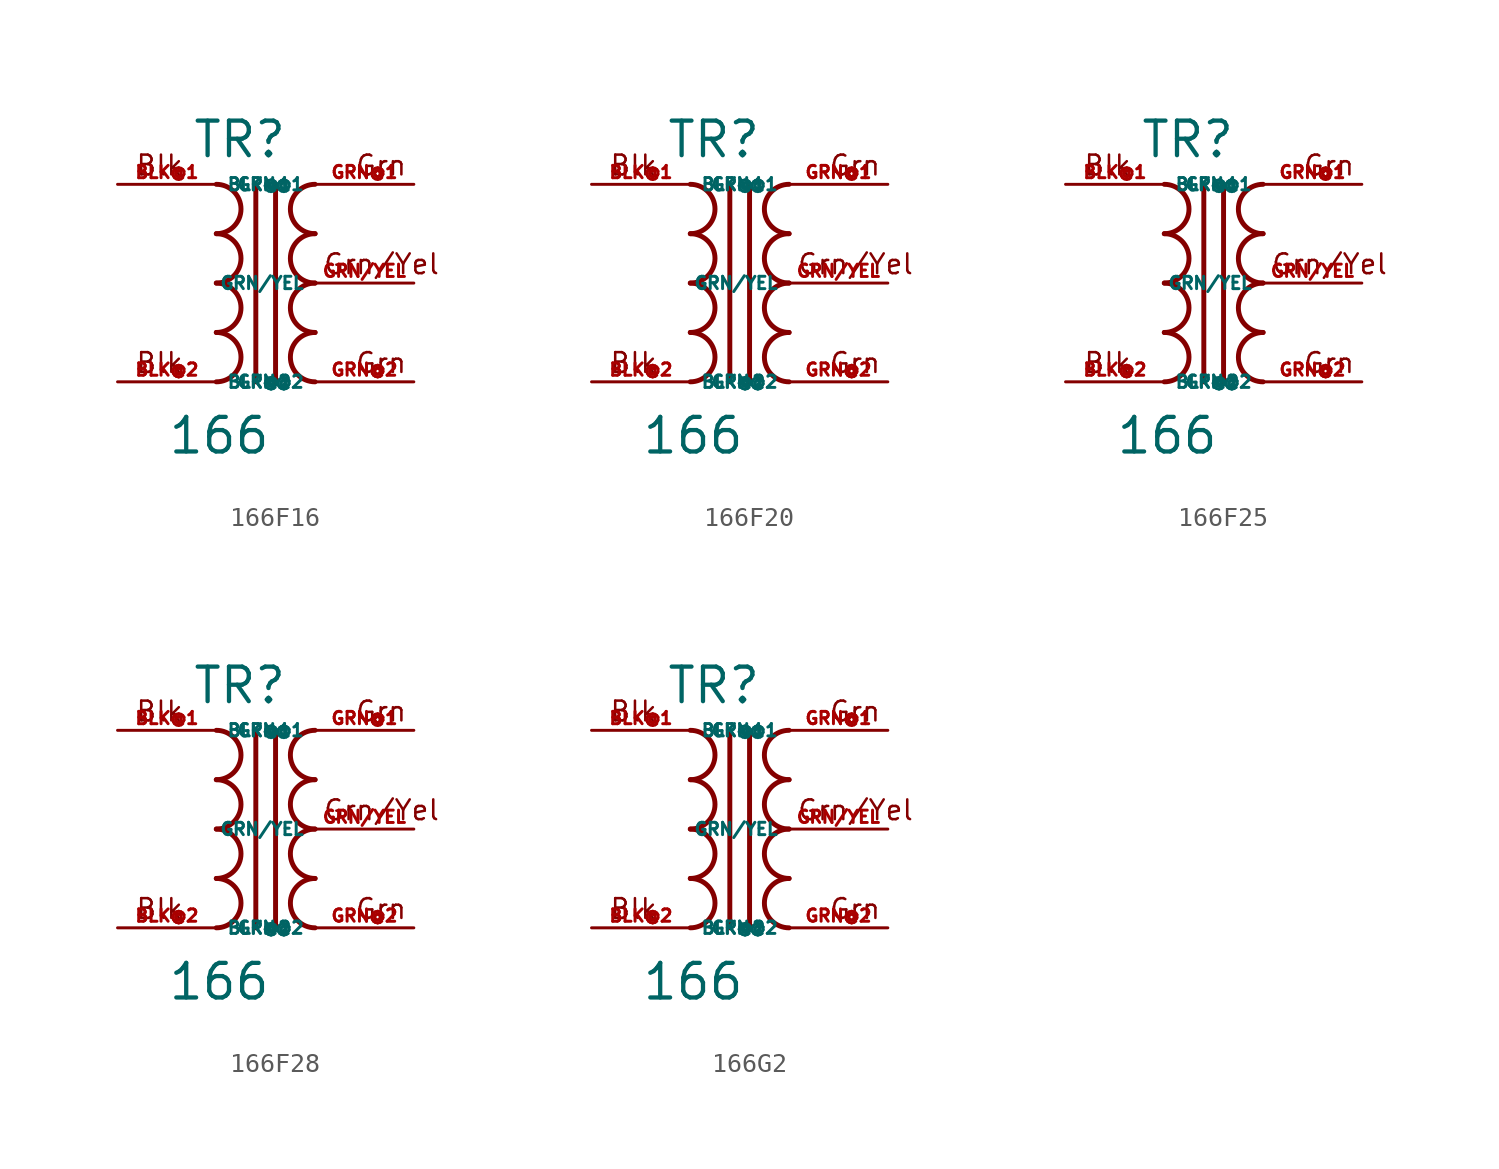
<source format=kicad_sym>
(kicad_symbol_lib
  (version 20220914)
  (generator Eagle2Kicad)
  (symbol "166F16"
    (property "Reference" "TR"
      (at -3.81 6.35 0)
      (effects (font (size 1.778 1.778) (thickness 0.22)) (justify left bottom)))
    (property "Value" "166"
      (at -5.08 -8.89 0)
      (effects (font (size 1.778 1.778) (thickness 0.22)) (justify left bottom)))
    (polyline
      (pts (xy -0.508 5.08) (xy -0.508 -5.08))
      (stroke (width 0.254) (type default))
      (fill (type none)))
    (arc
      (start -2.54 0)
      (mid -1.270 1.270)
      (end -2.54 2.54)
      (stroke (width 0.254) (type default))
      (fill (type none)))
    (arc
      (start -2.54 -2.54)
      (mid -1.270 -1.270)
      (end -2.54 0)
      (stroke (width 0.254) (type default))
      (fill (type none)))
    (arc
      (start -2.54 -5.08)
      (mid -1.270 -3.810)
      (end -2.54 -2.54)
      (stroke (width 0.254) (type default))
      (fill (type none)))
    (arc
      (start -2.54 2.54)
      (mid -1.270 3.810)
      (end -2.54 5.08)
      (stroke (width 0.254) (type default))
      (fill (type none)))
    (arc
      (start 2.54 2.54)
      (mid 1.270 1.270)
      (end 2.54 0)
      (stroke (width 0.254) (type default))
      (fill (type none)))
    (arc
      (start 2.54 5.08)
      (mid 1.270 3.810)
      (end 2.54 2.54)
      (stroke (width 0.254) (type default))
      (fill (type none)))
    (arc
      (start 2.54 0)
      (mid 1.270 -1.270)
      (end 2.54 -2.54)
      (stroke (width 0.254) (type default))
      (fill (type none)))
    (arc
      (start 2.54 -2.54)
      (mid 1.270 -3.810)
      (end 2.54 -5.08)
      (stroke (width 0.254) (type default))
      (fill (type none)))
    (polyline
      (pts (xy 0.508 5.08) (xy 0.508 -5.08))
      (stroke (width 0.254) (type default))
      (fill (type none)))
    (text "Blk"
      (at -6.731 5.461 0)
      (effects (font (size 1.016 1.016) (thickness 0.13)) (justify left bottom)))
    (text "Blk"
      (at -6.731 -4.699 0)
      (effects (font (size 1.016 1.016) (thickness 0.13)) (justify left bottom)))
    (text "Grn"
      (at 4.572 5.461 0)
      (effects (font (size 1.016 1.016) (thickness 0.13)) (justify left bottom)))
    (text "Grn"
      (at 4.572 -4.699 0)
      (effects (font (size 1.016 1.016) (thickness 0.13)) (justify left bottom)))
    (text "Grn/Yel"
      (at 2.921 0.381 0)
      (effects (font (size 1.016 1.016) (thickness 0.13)) (justify left bottom)))
    (pin passive line
      (at -7.62 5.08 0)
      (length 5.08)
      (name "BLK@1" (effects (font (size 0.635 0.635) (thickness 0.08)) (justify left bottom)))
      (number "BLK@1" (effects (font (size 0.635 0.635) (thickness 0.08)) (justify left bottom))))
    (pin passive line
      (at -7.62 -5.08 0)
      (length 5.08)
      (name "BLK@2" (effects (font (size 0.635 0.635) (thickness 0.08)) (justify left bottom)))
      (number "BLK@2" (effects (font (size 0.635 0.635) (thickness 0.08)) (justify left bottom))))
    (pin passive line
      (at 7.62 5.08 180)
      (length 5.08)
      (name "GRN@1" (effects (font (size 0.635 0.635) (thickness 0.08)) (justify left bottom)))
      (number "GRN@1" (effects (font (size 0.635 0.635) (thickness 0.08)) (justify left bottom))))
    (pin passive line
      (at 7.62 0 180)
      (length 5.08)
      (name "GRN/YEL" (effects (font (size 0.635 0.635) (thickness 0.08)) (justify left bottom)))
      (number "GRN/YEL" (effects (font (size 0.635 0.635) (thickness 0.08)) (justify left bottom))))
    (pin passive line
      (at 7.62 -5.08 180)
      (length 5.08)
      (name "GRN@2" (effects (font (size 0.635 0.635) (thickness 0.08)) (justify left bottom)))
      (number "GRN@2" (effects (font (size 0.635 0.635) (thickness 0.08)) (justify left bottom)))))
  (symbol "166F20"
    (property "Reference" "TR"
      (at -3.81 6.35 0)
      (effects (font (size 1.778 1.778) (thickness 0.22)) (justify left bottom)))
    (property "Value" "166"
      (at -5.08 -8.89 0)
      (effects (font (size 1.778 1.778) (thickness 0.22)) (justify left bottom)))
    (polyline
      (pts (xy -0.508 5.08) (xy -0.508 -5.08))
      (stroke (width 0.254) (type default))
      (fill (type none)))
    (arc
      (start -2.54 0)
      (mid -1.270 1.270)
      (end -2.54 2.54)
      (stroke (width 0.254) (type default))
      (fill (type none)))
    (arc
      (start -2.54 -2.54)
      (mid -1.270 -1.270)
      (end -2.54 0)
      (stroke (width 0.254) (type default))
      (fill (type none)))
    (arc
      (start -2.54 -5.08)
      (mid -1.270 -3.810)
      (end -2.54 -2.54)
      (stroke (width 0.254) (type default))
      (fill (type none)))
    (arc
      (start -2.54 2.54)
      (mid -1.270 3.810)
      (end -2.54 5.08)
      (stroke (width 0.254) (type default))
      (fill (type none)))
    (arc
      (start 2.54 2.54)
      (mid 1.270 1.270)
      (end 2.54 0)
      (stroke (width 0.254) (type default))
      (fill (type none)))
    (arc
      (start 2.54 5.08)
      (mid 1.270 3.810)
      (end 2.54 2.54)
      (stroke (width 0.254) (type default))
      (fill (type none)))
    (arc
      (start 2.54 0)
      (mid 1.270 -1.270)
      (end 2.54 -2.54)
      (stroke (width 0.254) (type default))
      (fill (type none)))
    (arc
      (start 2.54 -2.54)
      (mid 1.270 -3.810)
      (end 2.54 -5.08)
      (stroke (width 0.254) (type default))
      (fill (type none)))
    (polyline
      (pts (xy 0.508 5.08) (xy 0.508 -5.08))
      (stroke (width 0.254) (type default))
      (fill (type none)))
    (text "Blk"
      (at -6.731 5.461 0)
      (effects (font (size 1.016 1.016) (thickness 0.13)) (justify left bottom)))
    (text "Blk"
      (at -6.731 -4.699 0)
      (effects (font (size 1.016 1.016) (thickness 0.13)) (justify left bottom)))
    (text "Grn"
      (at 4.572 5.461 0)
      (effects (font (size 1.016 1.016) (thickness 0.13)) (justify left bottom)))
    (text "Grn"
      (at 4.572 -4.699 0)
      (effects (font (size 1.016 1.016) (thickness 0.13)) (justify left bottom)))
    (text "Grn/Yel"
      (at 2.921 0.381 0)
      (effects (font (size 1.016 1.016) (thickness 0.13)) (justify left bottom)))
    (pin passive line
      (at -7.62 5.08 0)
      (length 5.08)
      (name "BLK@1" (effects (font (size 0.635 0.635) (thickness 0.08)) (justify left bottom)))
      (number "BLK@1" (effects (font (size 0.635 0.635) (thickness 0.08)) (justify left bottom))))
    (pin passive line
      (at -7.62 -5.08 0)
      (length 5.08)
      (name "BLK@2" (effects (font (size 0.635 0.635) (thickness 0.08)) (justify left bottom)))
      (number "BLK@2" (effects (font (size 0.635 0.635) (thickness 0.08)) (justify left bottom))))
    (pin passive line
      (at 7.62 5.08 180)
      (length 5.08)
      (name "GRN@1" (effects (font (size 0.635 0.635) (thickness 0.08)) (justify left bottom)))
      (number "GRN@1" (effects (font (size 0.635 0.635) (thickness 0.08)) (justify left bottom))))
    (pin passive line
      (at 7.62 0 180)
      (length 5.08)
      (name "GRN/YEL" (effects (font (size 0.635 0.635) (thickness 0.08)) (justify left bottom)))
      (number "GRN/YEL" (effects (font (size 0.635 0.635) (thickness 0.08)) (justify left bottom))))
    (pin passive line
      (at 7.62 -5.08 180)
      (length 5.08)
      (name "GRN@2" (effects (font (size 0.635 0.635) (thickness 0.08)) (justify left bottom)))
      (number "GRN@2" (effects (font (size 0.635 0.635) (thickness 0.08)) (justify left bottom)))))
  (symbol "166F25"
    (property "Reference" "TR"
      (at -3.81 6.35 0)
      (effects (font (size 1.778 1.778) (thickness 0.22)) (justify left bottom)))
    (property "Value" "166"
      (at -5.08 -8.89 0)
      (effects (font (size 1.778 1.778) (thickness 0.22)) (justify left bottom)))
    (polyline
      (pts (xy -0.508 5.08) (xy -0.508 -5.08))
      (stroke (width 0.254) (type default))
      (fill (type none)))
    (arc
      (start -2.54 0)
      (mid -1.270 1.270)
      (end -2.54 2.54)
      (stroke (width 0.254) (type default))
      (fill (type none)))
    (arc
      (start -2.54 -2.54)
      (mid -1.270 -1.270)
      (end -2.54 0)
      (stroke (width 0.254) (type default))
      (fill (type none)))
    (arc
      (start -2.54 -5.08)
      (mid -1.270 -3.810)
      (end -2.54 -2.54)
      (stroke (width 0.254) (type default))
      (fill (type none)))
    (arc
      (start -2.54 2.54)
      (mid -1.270 3.810)
      (end -2.54 5.08)
      (stroke (width 0.254) (type default))
      (fill (type none)))
    (arc
      (start 2.54 2.54)
      (mid 1.270 1.270)
      (end 2.54 0)
      (stroke (width 0.254) (type default))
      (fill (type none)))
    (arc
      (start 2.54 5.08)
      (mid 1.270 3.810)
      (end 2.54 2.54)
      (stroke (width 0.254) (type default))
      (fill (type none)))
    (arc
      (start 2.54 0)
      (mid 1.270 -1.270)
      (end 2.54 -2.54)
      (stroke (width 0.254) (type default))
      (fill (type none)))
    (arc
      (start 2.54 -2.54)
      (mid 1.270 -3.810)
      (end 2.54 -5.08)
      (stroke (width 0.254) (type default))
      (fill (type none)))
    (polyline
      (pts (xy 0.508 5.08) (xy 0.508 -5.08))
      (stroke (width 0.254) (type default))
      (fill (type none)))
    (text "Blk"
      (at -6.731 5.461 0)
      (effects (font (size 1.016 1.016) (thickness 0.13)) (justify left bottom)))
    (text "Blk"
      (at -6.731 -4.699 0)
      (effects (font (size 1.016 1.016) (thickness 0.13)) (justify left bottom)))
    (text "Grn"
      (at 4.572 5.461 0)
      (effects (font (size 1.016 1.016) (thickness 0.13)) (justify left bottom)))
    (text "Grn"
      (at 4.572 -4.699 0)
      (effects (font (size 1.016 1.016) (thickness 0.13)) (justify left bottom)))
    (text "Grn/Yel"
      (at 2.921 0.381 0)
      (effects (font (size 1.016 1.016) (thickness 0.13)) (justify left bottom)))
    (pin passive line
      (at -7.62 5.08 0)
      (length 5.08)
      (name "BLK@1" (effects (font (size 0.635 0.635) (thickness 0.08)) (justify left bottom)))
      (number "BLK@1" (effects (font (size 0.635 0.635) (thickness 0.08)) (justify left bottom))))
    (pin passive line
      (at -7.62 -5.08 0)
      (length 5.08)
      (name "BLK@2" (effects (font (size 0.635 0.635) (thickness 0.08)) (justify left bottom)))
      (number "BLK@2" (effects (font (size 0.635 0.635) (thickness 0.08)) (justify left bottom))))
    (pin passive line
      (at 7.62 5.08 180)
      (length 5.08)
      (name "GRN@1" (effects (font (size 0.635 0.635) (thickness 0.08)) (justify left bottom)))
      (number "GRN@1" (effects (font (size 0.635 0.635) (thickness 0.08)) (justify left bottom))))
    (pin passive line
      (at 7.62 0 180)
      (length 5.08)
      (name "GRN/YEL" (effects (font (size 0.635 0.635) (thickness 0.08)) (justify left bottom)))
      (number "GRN/YEL" (effects (font (size 0.635 0.635) (thickness 0.08)) (justify left bottom))))
    (pin passive line
      (at 7.62 -5.08 180)
      (length 5.08)
      (name "GRN@2" (effects (font (size 0.635 0.635) (thickness 0.08)) (justify left bottom)))
      (number "GRN@2" (effects (font (size 0.635 0.635) (thickness 0.08)) (justify left bottom)))))
  (symbol "166F28"
    (property "Reference" "TR"
      (at -3.81 6.35 0)
      (effects (font (size 1.778 1.778) (thickness 0.22)) (justify left bottom)))
    (property "Value" "166"
      (at -5.08 -8.89 0)
      (effects (font (size 1.778 1.778) (thickness 0.22)) (justify left bottom)))
    (polyline
      (pts (xy -0.508 5.08) (xy -0.508 -5.08))
      (stroke (width 0.254) (type default))
      (fill (type none)))
    (arc
      (start -2.54 0)
      (mid -1.270 1.270)
      (end -2.54 2.54)
      (stroke (width 0.254) (type default))
      (fill (type none)))
    (arc
      (start -2.54 -2.54)
      (mid -1.270 -1.270)
      (end -2.54 0)
      (stroke (width 0.254) (type default))
      (fill (type none)))
    (arc
      (start -2.54 -5.08)
      (mid -1.270 -3.810)
      (end -2.54 -2.54)
      (stroke (width 0.254) (type default))
      (fill (type none)))
    (arc
      (start -2.54 2.54)
      (mid -1.270 3.810)
      (end -2.54 5.08)
      (stroke (width 0.254) (type default))
      (fill (type none)))
    (arc
      (start 2.54 2.54)
      (mid 1.270 1.270)
      (end 2.54 0)
      (stroke (width 0.254) (type default))
      (fill (type none)))
    (arc
      (start 2.54 5.08)
      (mid 1.270 3.810)
      (end 2.54 2.54)
      (stroke (width 0.254) (type default))
      (fill (type none)))
    (arc
      (start 2.54 0)
      (mid 1.270 -1.270)
      (end 2.54 -2.54)
      (stroke (width 0.254) (type default))
      (fill (type none)))
    (arc
      (start 2.54 -2.54)
      (mid 1.270 -3.810)
      (end 2.54 -5.08)
      (stroke (width 0.254) (type default))
      (fill (type none)))
    (polyline
      (pts (xy 0.508 5.08) (xy 0.508 -5.08))
      (stroke (width 0.254) (type default))
      (fill (type none)))
    (text "Blk"
      (at -6.731 5.461 0)
      (effects (font (size 1.016 1.016) (thickness 0.13)) (justify left bottom)))
    (text "Blk"
      (at -6.731 -4.699 0)
      (effects (font (size 1.016 1.016) (thickness 0.13)) (justify left bottom)))
    (text "Grn"
      (at 4.572 5.461 0)
      (effects (font (size 1.016 1.016) (thickness 0.13)) (justify left bottom)))
    (text "Grn"
      (at 4.572 -4.699 0)
      (effects (font (size 1.016 1.016) (thickness 0.13)) (justify left bottom)))
    (text "Grn/Yel"
      (at 2.921 0.381 0)
      (effects (font (size 1.016 1.016) (thickness 0.13)) (justify left bottom)))
    (pin passive line
      (at -7.62 5.08 0)
      (length 5.08)
      (name "BLK@1" (effects (font (size 0.635 0.635) (thickness 0.08)) (justify left bottom)))
      (number "BLK@1" (effects (font (size 0.635 0.635) (thickness 0.08)) (justify left bottom))))
    (pin passive line
      (at -7.62 -5.08 0)
      (length 5.08)
      (name "BLK@2" (effects (font (size 0.635 0.635) (thickness 0.08)) (justify left bottom)))
      (number "BLK@2" (effects (font (size 0.635 0.635) (thickness 0.08)) (justify left bottom))))
    (pin passive line
      (at 7.62 5.08 180)
      (length 5.08)
      (name "GRN@1" (effects (font (size 0.635 0.635) (thickness 0.08)) (justify left bottom)))
      (number "GRN@1" (effects (font (size 0.635 0.635) (thickness 0.08)) (justify left bottom))))
    (pin passive line
      (at 7.62 0 180)
      (length 5.08)
      (name "GRN/YEL" (effects (font (size 0.635 0.635) (thickness 0.08)) (justify left bottom)))
      (number "GRN/YEL" (effects (font (size 0.635 0.635) (thickness 0.08)) (justify left bottom))))
    (pin passive line
      (at 7.62 -5.08 180)
      (length 5.08)
      (name "GRN@2" (effects (font (size 0.635 0.635) (thickness 0.08)) (justify left bottom)))
      (number "GRN@2" (effects (font (size 0.635 0.635) (thickness 0.08)) (justify left bottom)))))
  (symbol "166G2"
    (property "Reference" "TR"
      (at -3.81 6.35 0)
      (effects (font (size 1.778 1.778) (thickness 0.22)) (justify left bottom)))
    (property "Value" "166"
      (at -5.08 -8.89 0)
      (effects (font (size 1.778 1.778) (thickness 0.22)) (justify left bottom)))
    (polyline
      (pts (xy -0.508 5.08) (xy -0.508 -5.08))
      (stroke (width 0.254) (type default))
      (fill (type none)))
    (arc
      (start -2.54 0)
      (mid -1.270 1.270)
      (end -2.54 2.54)
      (stroke (width 0.254) (type default))
      (fill (type none)))
    (arc
      (start -2.54 -2.54)
      (mid -1.270 -1.270)
      (end -2.54 0)
      (stroke (width 0.254) (type default))
      (fill (type none)))
    (arc
      (start -2.54 -5.08)
      (mid -1.270 -3.810)
      (end -2.54 -2.54)
      (stroke (width 0.254) (type default))
      (fill (type none)))
    (arc
      (start -2.54 2.54)
      (mid -1.270 3.810)
      (end -2.54 5.08)
      (stroke (width 0.254) (type default))
      (fill (type none)))
    (arc
      (start 2.54 2.54)
      (mid 1.270 1.270)
      (end 2.54 0)
      (stroke (width 0.254) (type default))
      (fill (type none)))
    (arc
      (start 2.54 5.08)
      (mid 1.270 3.810)
      (end 2.54 2.54)
      (stroke (width 0.254) (type default))
      (fill (type none)))
    (arc
      (start 2.54 0)
      (mid 1.270 -1.270)
      (end 2.54 -2.54)
      (stroke (width 0.254) (type default))
      (fill (type none)))
    (arc
      (start 2.54 -2.54)
      (mid 1.270 -3.810)
      (end 2.54 -5.08)
      (stroke (width 0.254) (type default))
      (fill (type none)))
    (polyline
      (pts (xy 0.508 5.08) (xy 0.508 -5.08))
      (stroke (width 0.254) (type default))
      (fill (type none)))
    (text "Blk"
      (at -6.731 5.461 0)
      (effects (font (size 1.016 1.016) (thickness 0.13)) (justify left bottom)))
    (text "Blk"
      (at -6.731 -4.699 0)
      (effects (font (size 1.016 1.016) (thickness 0.13)) (justify left bottom)))
    (text "Grn"
      (at 4.572 5.461 0)
      (effects (font (size 1.016 1.016) (thickness 0.13)) (justify left bottom)))
    (text "Grn"
      (at 4.572 -4.699 0)
      (effects (font (size 1.016 1.016) (thickness 0.13)) (justify left bottom)))
    (text "Grn/Yel"
      (at 2.921 0.381 0)
      (effects (font (size 1.016 1.016) (thickness 0.13)) (justify left bottom)))
    (pin passive line
      (at -7.62 5.08 0)
      (length 5.08)
      (name "BLK@1" (effects (font (size 0.635 0.635) (thickness 0.08)) (justify left bottom)))
      (number "BLK@1" (effects (font (size 0.635 0.635) (thickness 0.08)) (justify left bottom))))
    (pin passive line
      (at -7.62 -5.08 0)
      (length 5.08)
      (name "BLK@2" (effects (font (size 0.635 0.635) (thickness 0.08)) (justify left bottom)))
      (number "BLK@2" (effects (font (size 0.635 0.635) (thickness 0.08)) (justify left bottom))))
    (pin passive line
      (at 7.62 5.08 180)
      (length 5.08)
      (name "GRN@1" (effects (font (size 0.635 0.635) (thickness 0.08)) (justify left bottom)))
      (number "GRN@1" (effects (font (size 0.635 0.635) (thickness 0.08)) (justify left bottom))))
    (pin passive line
      (at 7.62 0 180)
      (length 5.08)
      (name "GRN/YEL" (effects (font (size 0.635 0.635) (thickness 0.08)) (justify left bottom)))
      (number "GRN/YEL" (effects (font (size 0.635 0.635) (thickness 0.08)) (justify left bottom))))
    (pin passive line
      (at 7.62 -5.08 180)
      (length 5.08)
      (name "GRN@2" (effects (font (size 0.635 0.635) (thickness 0.08)) (justify left bottom)))
      (number "GRN@2" (effects (font (size 0.635 0.635) (thickness 0.08)) (justify left bottom))))))
</source>
